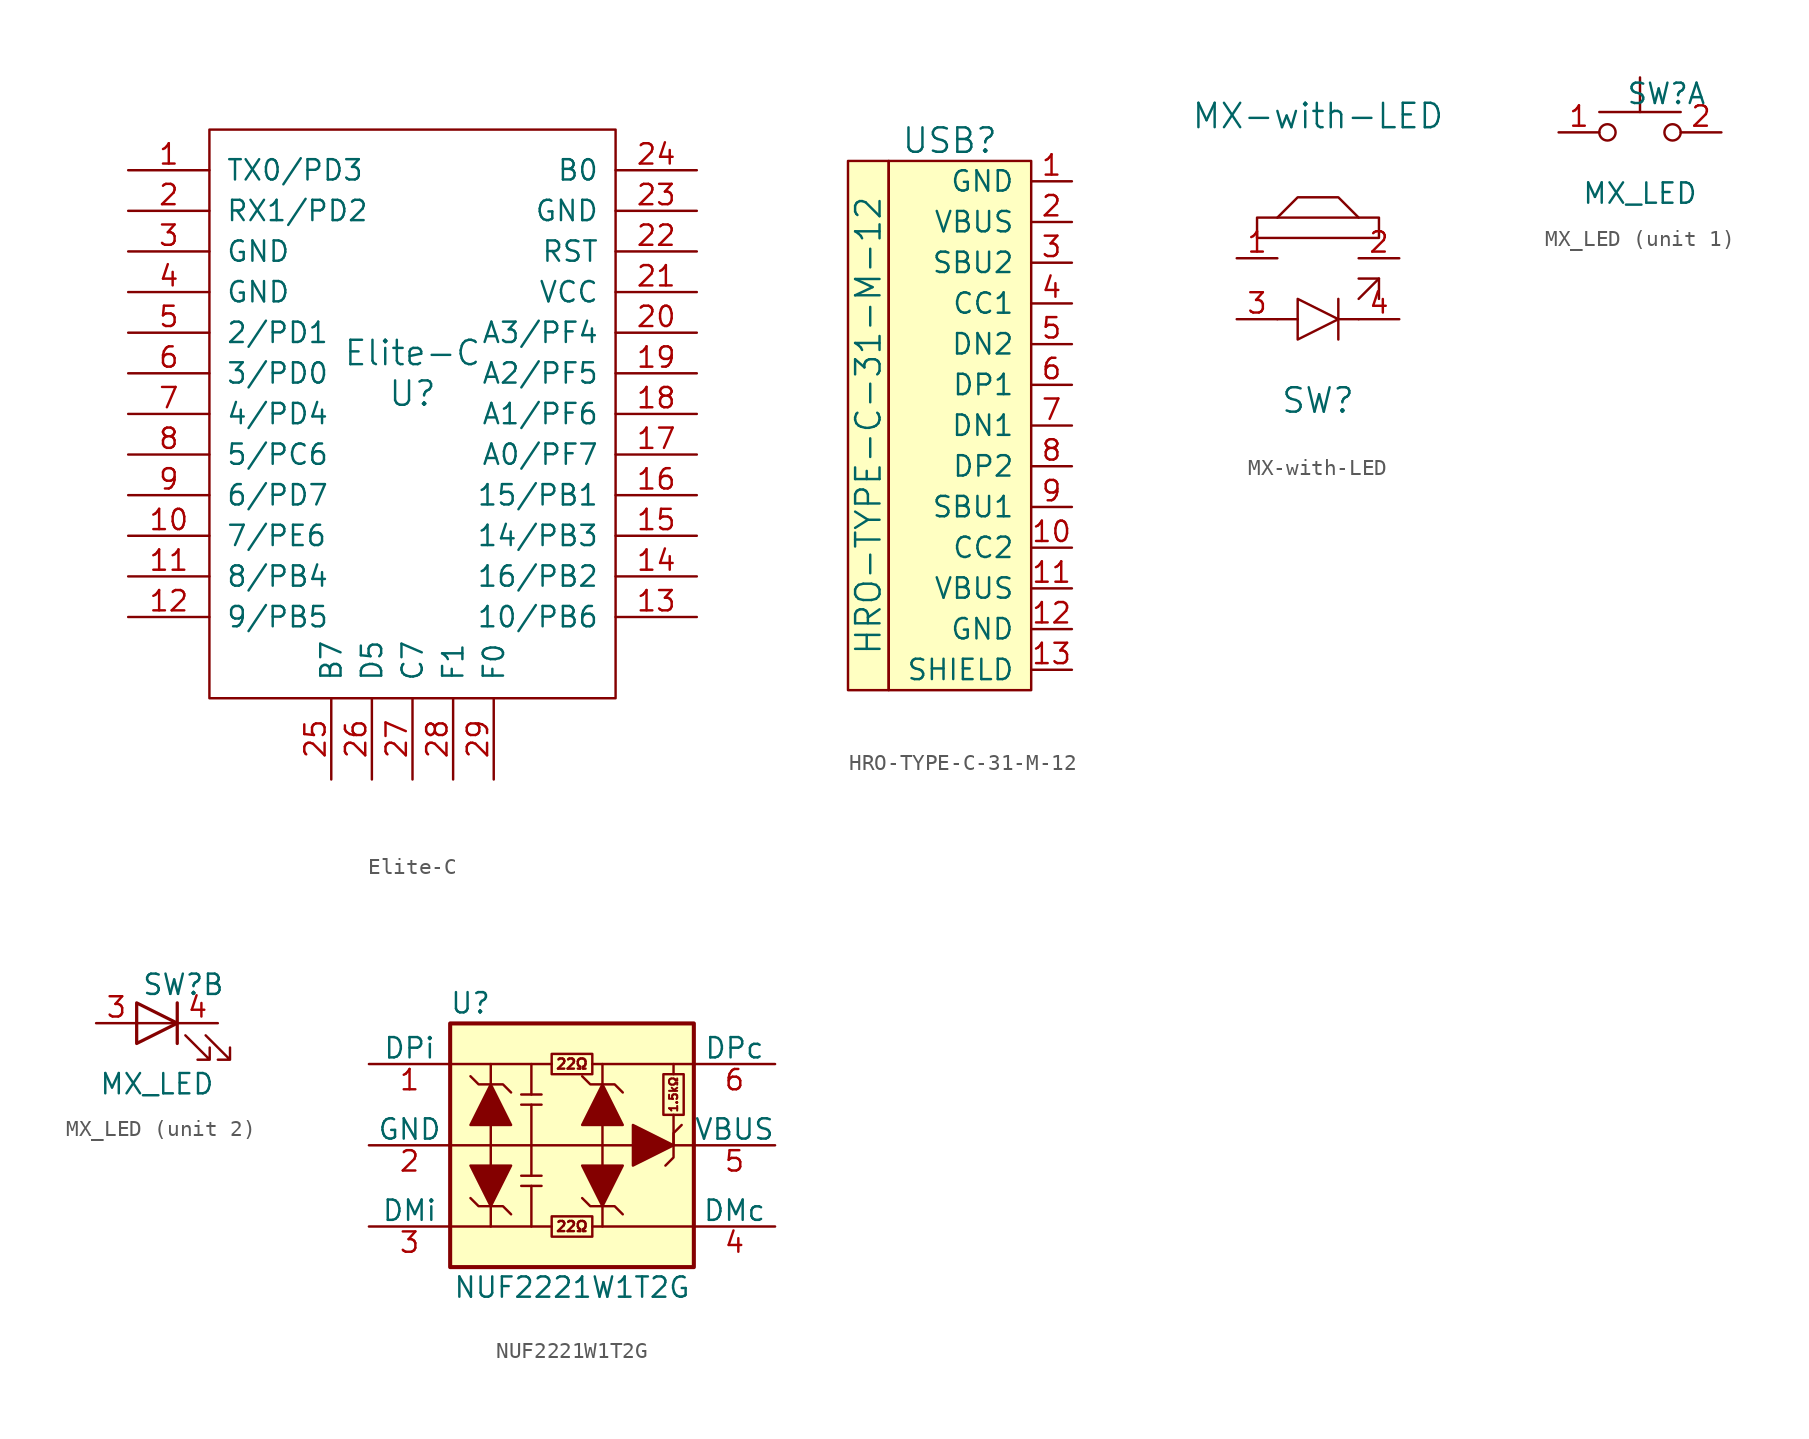
<source format=kicad_sym>
(kicad_symbol_lib
  (version 20210619)
  (generator kicad_symbol_editor)
  (symbol "Elite-C"
    (pin_names
      (offset 1.016))
    (property "Reference" "U"
      (at 0 0 0)
      (effects (font (size 1.524 1.524))))
    (property "Value" "Elite-C"
      (at 0 2.54 0)
      (effects (font (size 1.524 1.524))))
    (symbol "Elite-C_0_1"
      (rectangle (start 12.7 -19.05) (end -12.7 16.51) (stroke (width 0)) (fill (type none))))
    (symbol "Elite-C_1_1"
      (pin input line (at -17.78 13.97 0) (length 5.08) (name "TX0/PD3" (effects (font (size 1.27 1.27)))) (number "1" (effects (font (size 1.27 1.27)))))
      (pin input line (at -17.78 -8.89 0) (length 5.08) (name "7/PE6" (effects (font (size 1.27 1.27)))) (number "10" (effects (font (size 1.27 1.27)))))
      (pin input line (at -17.78 -11.43 0) (length 5.08) (name "8/PB4" (effects (font (size 1.27 1.27)))) (number "11" (effects (font (size 1.27 1.27)))))
      (pin input line (at -17.78 -13.97 0) (length 5.08) (name "9/PB5" (effects (font (size 1.27 1.27)))) (number "12" (effects (font (size 1.27 1.27)))))
      (pin input line (at 17.78 -13.97 180) (length 5.08) (name "10/PB6" (effects (font (size 1.27 1.27)))) (number "13" (effects (font (size 1.27 1.27)))))
      (pin input line (at 17.78 -11.43 180) (length 5.08) (name "16/PB2" (effects (font (size 1.27 1.27)))) (number "14" (effects (font (size 1.27 1.27)))))
      (pin input line (at 17.78 -8.89 180) (length 5.08) (name "14/PB3" (effects (font (size 1.27 1.27)))) (number "15" (effects (font (size 1.27 1.27)))))
      (pin input line (at 17.78 -6.35 180) (length 5.08) (name "15/PB1" (effects (font (size 1.27 1.27)))) (number "16" (effects (font (size 1.27 1.27)))))
      (pin input line (at 17.78 -3.81 180) (length 5.08) (name "A0/PF7" (effects (font (size 1.27 1.27)))) (number "17" (effects (font (size 1.27 1.27)))))
      (pin input line (at 17.78 -1.27 180) (length 5.08) (name "A1/PF6" (effects (font (size 1.27 1.27)))) (number "18" (effects (font (size 1.27 1.27)))))
      (pin input line (at 17.78 1.27 180) (length 5.08) (name "A2/PF5" (effects (font (size 1.27 1.27)))) (number "19" (effects (font (size 1.27 1.27)))))
      (pin input line (at -17.78 11.43 0) (length 5.08) (name "RX1/PD2" (effects (font (size 1.27 1.27)))) (number "2" (effects (font (size 1.27 1.27)))))
      (pin input line (at 17.78 3.81 180) (length 5.08) (name "A3/PF4" (effects (font (size 1.27 1.27)))) (number "20" (effects (font (size 1.27 1.27)))))
      (pin input line (at 17.78 6.35 180) (length 5.08) (name "VCC" (effects (font (size 1.27 1.27)))) (number "21" (effects (font (size 1.27 1.27)))))
      (pin input line (at 17.78 8.89 180) (length 5.08) (name "RST" (effects (font (size 1.27 1.27)))) (number "22" (effects (font (size 1.27 1.27)))))
      (pin input line (at 17.78 11.43 180) (length 5.08) (name "GND" (effects (font (size 1.27 1.27)))) (number "23" (effects (font (size 1.27 1.27)))))
      (pin input line (at 17.78 13.97 180) (length 5.08) (name "B0" (effects (font (size 1.27 1.27)))) (number "24" (effects (font (size 1.27 1.27)))))
      (pin input line (at -5.08 -24.13 90) (length 5.08) (name "B7" (effects (font (size 1.27 1.27)))) (number "25" (effects (font (size 1.27 1.27)))))
      (pin input line (at -2.54 -24.13 90) (length 5.08) (name "D5" (effects (font (size 1.27 1.27)))) (number "26" (effects (font (size 1.27 1.27)))))
      (pin input line (at 0 -24.13 90) (length 5.08) (name "C7" (effects (font (size 1.27 1.27)))) (number "27" (effects (font (size 1.27 1.27)))))
      (pin input line (at 2.54 -24.13 90) (length 5.08) (name "F1" (effects (font (size 1.27 1.27)))) (number "28" (effects (font (size 1.27 1.27)))))
      (pin input line (at 5.08 -24.13 90) (length 5.08) (name "F0" (effects (font (size 1.27 1.27)))) (number "29" (effects (font (size 1.27 1.27)))))
      (pin input line (at -17.78 8.89 0) (length 5.08) (name "GND" (effects (font (size 1.27 1.27)))) (number "3" (effects (font (size 1.27 1.27)))))
      (pin input line (at -17.78 6.35 0) (length 5.08) (name "GND" (effects (font (size 1.27 1.27)))) (number "4" (effects (font (size 1.27 1.27)))))
      (pin input line (at -17.78 3.81 0) (length 5.08) (name "2/PD1" (effects (font (size 1.27 1.27)))) (number "5" (effects (font (size 1.27 1.27)))))
      (pin input line (at -17.78 1.27 0) (length 5.08) (name "3/PD0" (effects (font (size 1.27 1.27)))) (number "6" (effects (font (size 1.27 1.27)))))
      (pin input line (at -17.78 -1.27 0) (length 5.08) (name "4/PD4" (effects (font (size 1.27 1.27)))) (number "7" (effects (font (size 1.27 1.27)))))
      (pin input line (at -17.78 -3.81 0) (length 5.08) (name "5/PC6" (effects (font (size 1.27 1.27)))) (number "8" (effects (font (size 1.27 1.27)))))
      (pin input line (at -17.78 -6.35 0) (length 5.08) (name "6/PD7" (effects (font (size 1.27 1.27)))) (number "9" (effects (font (size 1.27 1.27)))))))
  (symbol "HRO-TYPE-C-31-M-12"
    (pin_names
      (offset 1.016))
    (property "Reference" "USB"
      (at -5.08 16.51 0)
      (effects (font (size 1.524 1.524))))
    (property "Value" "HRO-TYPE-C-31-M-12"
      (at -10.16 -1.27 90)
      (effects (font (size 1.524 1.524))))
    (symbol "HRO-TYPE-C-31-M-12_0_1"
      (rectangle (start -11.43 15.24) (end -8.89 -17.78) (stroke (width 0)) (fill (type background)))
      (rectangle (start 0 -17.78) (end -8.89 15.24) (stroke (width 0)) (fill (type background))))
    (symbol "HRO-TYPE-C-31-M-12_1_1"
      (pin input line (at 2.54 13.97 180) (length 2.54) (name "GND" (effects (font (size 1.27 1.27)))) (number "1" (effects (font (size 1.27 1.27)))))
      (pin input line (at 2.54 -8.89 180) (length 2.54) (name "CC2" (effects (font (size 1.27 1.27)))) (number "10" (effects (font (size 1.27 1.27)))))
      (pin input line (at 2.54 -11.43 180) (length 2.54) (name "VBUS" (effects (font (size 1.27 1.27)))) (number "11" (effects (font (size 1.27 1.27)))))
      (pin input line (at 2.54 -13.97 180) (length 2.54) (name "GND" (effects (font (size 1.27 1.27)))) (number "12" (effects (font (size 1.27 1.27)))))
      (pin input line (at 2.54 -16.51 180) (length 2.54) (name "SHIELD" (effects (font (size 1.27 1.27)))) (number "13" (effects (font (size 1.27 1.27)))))
      (pin input line (at 2.54 11.43 180) (length 2.54) (name "VBUS" (effects (font (size 1.27 1.27)))) (number "2" (effects (font (size 1.27 1.27)))))
      (pin input line (at 2.54 8.89 180) (length 2.54) (name "SBU2" (effects (font (size 1.27 1.27)))) (number "3" (effects (font (size 1.27 1.27)))))
      (pin input line (at 2.54 6.35 180) (length 2.54) (name "CC1" (effects (font (size 1.27 1.27)))) (number "4" (effects (font (size 1.27 1.27)))))
      (pin input line (at 2.54 3.81 180) (length 2.54) (name "DN2" (effects (font (size 1.27 1.27)))) (number "5" (effects (font (size 1.27 1.27)))))
      (pin input line (at 2.54 1.27 180) (length 2.54) (name "DP1" (effects (font (size 1.27 1.27)))) (number "6" (effects (font (size 1.27 1.27)))))
      (pin input line (at 2.54 -1.27 180) (length 2.54) (name "DN1" (effects (font (size 1.27 1.27)))) (number "7" (effects (font (size 1.27 1.27)))))
      (pin input line (at 2.54 -3.81 180) (length 2.54) (name "DP2" (effects (font (size 1.27 1.27)))) (number "8" (effects (font (size 1.27 1.27)))))
      (pin input line (at 2.54 -6.35 180) (length 2.54) (name "SBU1" (effects (font (size 1.27 1.27)))) (number "9" (effects (font (size 1.27 1.27)))))))
  (symbol "MX-with-LED"
    (pin_names
      (offset 1.016))
    (property "Reference" "SW"
      (at 0 -8.89 0)
      (effects (font (size 1.524 1.524))))
    (property "Value" "MX-with-LED"
      (at 0 8.89 0)
      (effects (font (size 1.524 1.524))))
    (symbol "MX-with-LED_0_1"
      (polyline (pts (xy -1.27 -3.81) (xy -2.54 -3.81)) (stroke (width 0)) (fill (type none)))
      (polyline (pts (xy 1.27 -2.54) (xy 1.27 -5.08)) (stroke (width 0)) (fill (type none)))
      (polyline (pts (xy 2.54 -3.81) (xy 1.27 -3.81)) (stroke (width 0)) (fill (type none)))
      (polyline (pts (xy 2.54 -2.54) (xy 3.81 -1.27)) (stroke (width 0)) (fill (type none)))
      (polyline (pts (xy 3.81 -2.54) (xy 3.81 -1.27) (xy 2.54 -1.27)) (stroke (width 0)) (fill (type none)))
      (polyline (pts (xy -2.54 2.54) (xy -1.27 3.81) (xy 1.27 3.81) (xy 2.54 2.54)) (stroke (width 0)) (fill (type none)))
      (polyline (pts (xy -1.27 -2.54) (xy -1.27 -5.08) (xy 1.27 -3.81) (xy -1.27 -2.54)) (stroke (width 0)) (fill (type none)))
      (polyline (pts (xy -3.81 1.27) (xy 3.81 1.27) (xy 3.81 2.54) (xy -3.81 2.54) (xy -3.81 1.27)) (stroke (width 0)) (fill (type none))))
    (symbol "MX-with-LED_1_1"
      (pin input line (at -5.08 0 0) (length 2.54) (name "~" (effects (font (size 1.27 1.27)))) (number "1" (effects (font (size 1.27 1.27)))))
      (pin input line (at 5.08 0 180) (length 2.54) (name "~" (effects (font (size 1.27 1.27)))) (number "2" (effects (font (size 1.27 1.27)))))
      (pin input line (at -5.08 -3.81 0) (length 2.54) (name "~" (effects (font (size 1.27 1.27)))) (number "3" (effects (font (size 1.27 1.27)))))
      (pin input line (at 5.08 -3.81 180) (length 2.54) (name "~" (effects (font (size 1.27 1.27)))) (number "4" (effects (font (size 1.27 1.27)))))))
  (symbol "MX_LED"
    (pin_names
      (offset 1.016) hide)
    (property "Reference" "SW"
      (at 1.651 2.413 0)
      (effects (font (size 1.27 1.27))))
    (property "Value" "MX_LED"
      (at 0 -3.81 0)
      (effects (font (size 1.27 1.27))))
    (property "ki_locked" ""
      (at 0 0 0)
      (effects (font (size 1.27 1.27))))
    (symbol "MX_LED_1_1"
      (circle (center -2.032 0) (radius 0.508) (stroke (width 0)) (fill (type none)))
      (circle (center 2.032 0) (radius 0.508) (stroke (width 0)) (fill (type none)))
      (polyline (pts (xy -2.54 1.27) (xy 2.54 1.27)) (stroke (width 0)) (fill (type none)))
      (polyline (pts (xy 0 1.27) (xy 0 3.429)) (stroke (width 0)) (fill (type none)))
      (pin passive line (at -5.08 0 0) (length 2.54) (name "1" (effects (font (size 1.27 1.27)))) (number "1" (effects (font (size 1.27 1.27)))))
      (pin passive line (at 5.08 0 180) (length 2.54) (name "2" (effects (font (size 1.27 1.27)))) (number "2" (effects (font (size 1.27 1.27))))))
    (symbol "MX_LED_2_1"
      (polyline (pts (xy 1.27 -1.27) (xy 1.27 1.27)) (stroke (width 0.203)) (fill (type none)))
      (polyline (pts (xy 1.27 0) (xy -1.27 0)) (stroke (width 0)) (fill (type none)))
      (polyline (pts (xy -1.27 -1.27) (xy -1.27 1.27) (xy 1.27 0) (xy -1.27 -1.27)) (stroke (width 0.203)) (fill (type none)))
      (polyline (pts (xy 1.778 -0.762) (xy 3.302 -2.286) (xy 2.54 -2.286) (xy 3.302 -2.286) (xy 3.302 -1.524)) (stroke (width 0)) (fill (type none)))
      (polyline (pts (xy 3.048 -0.762) (xy 4.572 -2.286) (xy 3.81 -2.286) (xy 4.572 -2.286) (xy 4.572 -1.524)) (stroke (width 0)) (fill (type none)))
      (pin passive line (at -3.81 0 0) (length 2.54) (name "3" (effects (font (size 1.27 1.27)))) (number "3" (effects (font (size 1.27 1.27)))))
      (pin passive line (at 3.81 0 180) (length 2.54) (name "4" (effects (font (size 1.27 1.27)))) (number "4" (effects (font (size 1.27 1.27)))))))
  (symbol "NUF2221W1T2G"
    (pin_names
      (offset 0))
    (property "Reference" "U"
      (at -6.35 8.89 0)
      (effects (font (size 1.27 1.27))))
    (property "Value" "NUF2221W1T2G"
      (at 0 -8.89 0)
      (effects (font (size 1.27 1.27))))
    (symbol "NUF2221W1T2G_0_0"
      (text "1.5kΩ" (at 6.35 3.175 900) (effects (font (size 0.508 0.508))))
      (text "22Ω" (at 0 -5.08 0) (effects (font (size 0.635 0.635))))
      (text "22Ω" (at 0 5.08 0) (effects (font (size 0.635 0.635))))
      (polyline (pts (xy -5.08 -5.08) (xy -1.27 -5.08)) (stroke (width 0)) (fill (type none)))
      (polyline (pts (xy -5.08 0) (xy 1.905 0)) (stroke (width 0)) (fill (type none)))
      (polyline (pts (xy -5.08 5.08) (xy -1.27 5.08)) (stroke (width 0)) (fill (type none)))
      (polyline (pts (xy -3.175 -2.54) (xy -1.905 -2.54)) (stroke (width 0)) (fill (type none)))
      (polyline (pts (xy -3.175 2.54) (xy -1.905 2.54)) (stroke (width 0)) (fill (type none)))
      (polyline (pts (xy -2.54 -2.54) (xy -2.54 -5.08)) (stroke (width 0)) (fill (type none)))
      (polyline (pts (xy -2.54 -1.905) (xy -2.54 0)) (stroke (width 0)) (fill (type none)))
      (polyline (pts (xy -2.54 2.54) (xy -2.54 0)) (stroke (width 0)) (fill (type none)))
      (polyline (pts (xy -2.54 3.175) (xy -2.54 5.08)) (stroke (width 0)) (fill (type none)))
      (polyline (pts (xy -1.905 -1.905) (xy -3.175 -1.905)) (stroke (width 0)) (fill (type none)))
      (polyline (pts (xy -1.905 3.175) (xy -3.175 3.175)) (stroke (width 0)) (fill (type none)))
      (polyline (pts (xy 1.27 -5.08) (xy 7.62 -5.08)) (stroke (width 0)) (fill (type none)))
      (polyline (pts (xy 1.27 5.08) (xy 7.62 5.08)) (stroke (width 0)) (fill (type none)))
      (polyline (pts (xy 1.905 -3.81) (xy 1.905 -5.08)) (stroke (width 0)) (fill (type none)))
      (polyline (pts (xy 1.905 0) (xy 3.81 0)) (stroke (width 0)) (fill (type none)))
      (polyline (pts (xy 1.905 3.81) (xy 1.905 5.08)) (stroke (width 0)) (fill (type none)))
      (polyline (pts (xy 6.35 0) (xy 7.62 0)) (stroke (width 0)) (fill (type none)))
      (polyline (pts (xy 6.35 1.905) (xy 6.35 0)) (stroke (width 0)) (fill (type none)))
      (polyline (pts (xy 6.35 4.445) (xy 6.35 5.08)) (stroke (width 0)) (fill (type none))))
    (symbol "NUF2221W1T2G_0_1"
      (rectangle (start -1.27 -4.445) (end 1.27 -5.715) (stroke (width 0)) (fill (type none)))
      (rectangle (start -1.27 5.715) (end 1.27 4.445) (stroke (width 0)) (fill (type none)))
      (rectangle (start 5.715 1.905) (end 6.985 4.445) (stroke (width 0)) (fill (type none)))
      (rectangle (start -7.62 7.62) (end 7.62 -7.62) (stroke (width 0.254)) (fill (type background)))
      (polyline (pts (xy -5.08 -1.27) (xy -5.08 1.27)) (stroke (width 0)) (fill (type none)))
      (polyline (pts (xy -5.08 0) (xy -7.62 0)) (stroke (width 0)) (fill (type none)))
      (polyline (pts (xy 1.905 -1.27) (xy 1.905 1.27)) (stroke (width 0)) (fill (type none)))
      (polyline (pts (xy -7.62 -5.08) (xy -5.08 -5.08) (xy -5.08 -3.81)) (stroke (width 0)) (fill (type none)))
      (polyline (pts (xy -5.08 3.81) (xy -5.08 5.08) (xy -7.62 5.08)) (stroke (width 0)) (fill (type none)))
      (polyline (pts (xy -6.35 -3.302) (xy -5.842 -3.81) (xy -4.318 -3.81) (xy -3.81 -4.318)) (stroke (width 0)) (fill (type none)))
      (polyline (pts (xy -3.81 3.302) (xy -4.318 3.81) (xy -5.842 3.81) (xy -6.35 4.318)) (stroke (width 0)) (fill (type none)))
      (polyline (pts (xy 0.635 -3.302) (xy 1.143 -3.81) (xy 2.667 -3.81) (xy 3.175 -4.318)) (stroke (width 0)) (fill (type none)))
      (polyline (pts (xy 3.175 3.302) (xy 2.667 3.81) (xy 1.143 3.81) (xy 0.635 4.318)) (stroke (width 0)) (fill (type none)))
      (polyline (pts (xy 5.842 -1.27) (xy 6.35 -0.762) (xy 6.35 0.762) (xy 6.858 1.27)) (stroke (width 0)) (fill (type none)))
      (polyline (pts (xy -6.35 1.27) (xy -3.81 1.27) (xy -5.08 3.81) (xy -6.35 1.27)) (stroke (width 0)) (fill (type outline)))
      (polyline (pts (xy -3.81 -1.27) (xy -6.35 -1.27) (xy -5.08 -3.81) (xy -3.81 -1.27)) (stroke (width 0)) (fill (type outline)))
      (polyline (pts (xy 0.635 1.27) (xy 3.175 1.27) (xy 1.905 3.81) (xy 0.635 1.27)) (stroke (width 0)) (fill (type outline)))
      (polyline (pts (xy 3.175 -1.27) (xy 0.635 -1.27) (xy 1.905 -3.81) (xy 3.175 -1.27)) (stroke (width 0)) (fill (type outline)))
      (polyline (pts (xy 3.81 1.27) (xy 3.81 -1.27) (xy 6.35 0) (xy 3.81 1.27)) (stroke (width 0)) (fill (type outline))))
    (symbol "NUF2221W1T2G_1_1"
      (pin passive line (at -12.7 5.08 0) (length 5.08) (name "DPi" (effects (font (size 1.27 1.27)))) (number "1" (effects (font (size 1.27 1.27)))))
      (pin power_in line (at -12.7 0 0) (length 5.08) (name "GND" (effects (font (size 1.27 1.27)))) (number "2" (effects (font (size 1.27 1.27)))))
      (pin passive line (at -12.7 -5.08 0) (length 5.08) (name "DMi" (effects (font (size 1.27 1.27)))) (number "3" (effects (font (size 1.27 1.27)))))
      (pin passive line (at 12.7 -5.08 180) (length 5.08) (name "DMc" (effects (font (size 1.27 1.27)))) (number "4" (effects (font (size 1.27 1.27)))))
      (pin passive line (at 12.7 0 180) (length 5.08) (name "VBUS" (effects (font (size 1.27 1.27)))) (number "5" (effects (font (size 1.27 1.27)))))
      (pin passive line (at 12.7 5.08 180) (length 5.08) (name "DPc" (effects (font (size 1.27 1.27)))) (number "6" (effects (font (size 1.27 1.27))))))))
</source>
